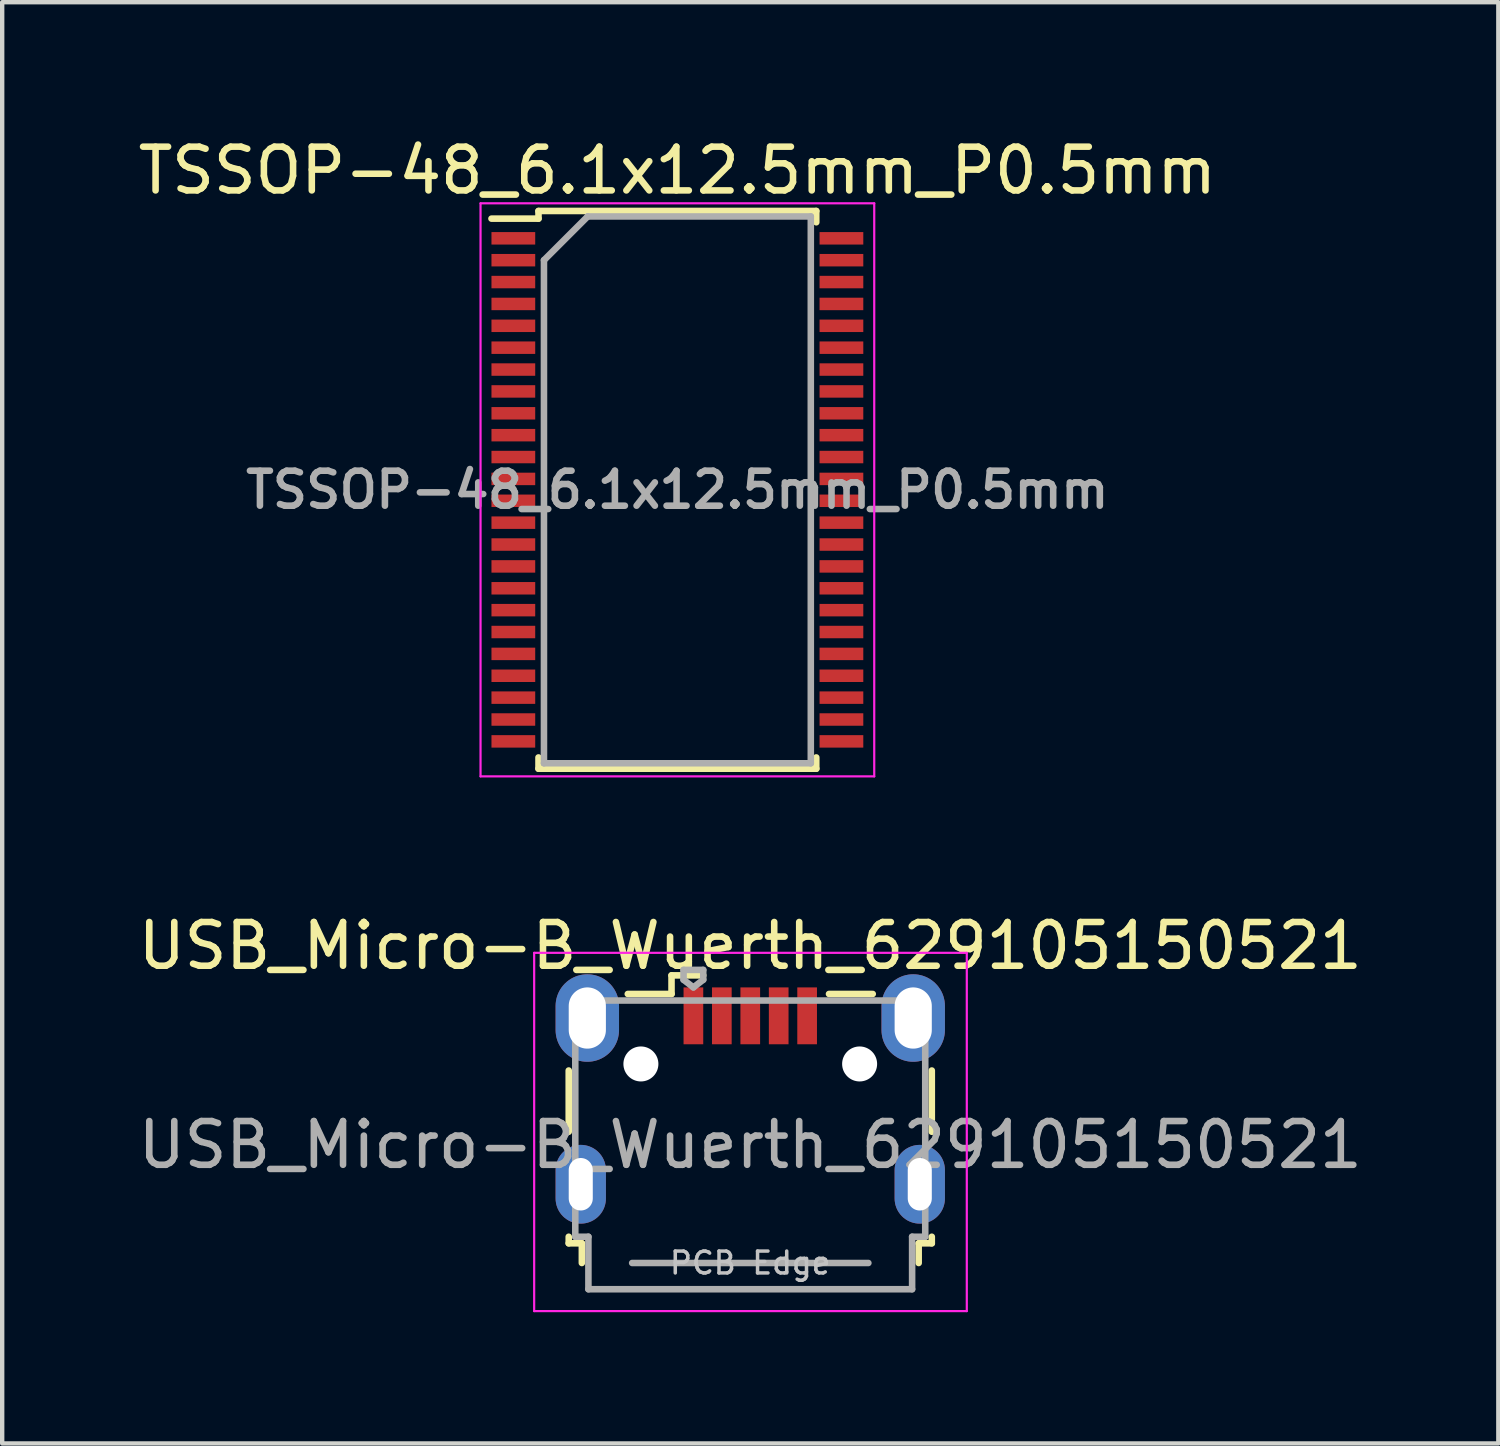
<source format=kicad_pcb>
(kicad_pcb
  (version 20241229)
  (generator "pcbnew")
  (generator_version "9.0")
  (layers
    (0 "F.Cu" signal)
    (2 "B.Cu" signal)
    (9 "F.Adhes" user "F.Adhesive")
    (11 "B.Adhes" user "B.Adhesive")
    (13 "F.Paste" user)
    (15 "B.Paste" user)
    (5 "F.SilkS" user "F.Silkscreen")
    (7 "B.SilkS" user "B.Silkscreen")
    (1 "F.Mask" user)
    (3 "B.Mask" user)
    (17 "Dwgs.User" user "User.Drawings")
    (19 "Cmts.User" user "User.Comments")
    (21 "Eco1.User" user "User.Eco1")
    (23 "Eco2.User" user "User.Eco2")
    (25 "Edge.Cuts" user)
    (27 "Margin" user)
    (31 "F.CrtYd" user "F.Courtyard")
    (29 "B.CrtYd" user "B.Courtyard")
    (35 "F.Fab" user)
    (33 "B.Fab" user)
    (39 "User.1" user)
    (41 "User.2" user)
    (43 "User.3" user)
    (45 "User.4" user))
  (footprint "TSSOP-48_6.1x12.5mm_P0.5mm"
    (layer "F.Cu")
    (at 12.435 8.148)
    (property "Reference" "TSSOP-48_6.1x12.5mm_P0.5mm" (at 0 -7.3 0) (layer "F.SilkS") (effects (font (size 1 1) (thickness 0.15))))
    (attr smd)
    (fp_line (start -3.175 -6.375) (end -3.175 -6.2) (stroke (width 0.15) (type solid)) (layer "F.SilkS"))
    (fp_line (start -3.175 -6.375) (end 3.175 -6.375) (stroke (width 0.15) (type solid)) (layer "F.SilkS"))
    (fp_line (start -3.175 -6.2) (end -4.25 -6.2) (stroke (width 0.15) (type solid)) (layer "F.SilkS"))
    (fp_line (start -3.175 6.375) (end -3.175 6.117) (stroke (width 0.15) (type solid)) (layer "F.SilkS"))
    (fp_line (start -3.175 6.375) (end 3.175 6.375) (stroke (width 0.15) (type solid)) (layer "F.SilkS"))
    (fp_line (start 3.175 -6.375) (end 3.175 -6.117) (stroke (width 0.15) (type solid)) (layer "F.SilkS"))
    (fp_line (start 3.175 6.375) (end 3.175 6.117) (stroke (width 0.15) (type solid)) (layer "F.SilkS"))
    (fp_line (start -4.5 -6.55) (end -4.5 6.55) (stroke (width 0.05) (type solid)) (layer "F.CrtYd"))
    (fp_line (start -4.5 -6.55) (end 4.5 -6.55) (stroke (width 0.05) (type solid)) (layer "F.CrtYd"))
    (fp_line (start -4.5 6.55) (end 4.5 6.55) (stroke (width 0.05) (type solid)) (layer "F.CrtYd"))
    (fp_line (start 4.5 -6.55) (end 4.5 6.55) (stroke (width 0.05) (type solid)) (layer "F.CrtYd"))
    (fp_line (start -3.05 -5.25) (end -2.05 -6.25) (stroke (width 0.15) (type solid)) (layer "F.Fab"))
    (fp_line (start -3.05 6.25) (end -3.05 -5.25) (stroke (width 0.15) (type solid)) (layer "F.Fab"))
    (fp_line (start -2.05 -6.25) (end 3.05 -6.25) (stroke (width 0.15) (type solid)) (layer "F.Fab"))
    (fp_line (start 3.05 -6.25) (end 3.05 6.25) (stroke (width 0.15) (type solid)) (layer "F.Fab"))
    (fp_line (start 3.05 6.25) (end -3.05 6.25) (stroke (width 0.15) (type solid)) (layer "F.Fab"))
    (fp_text user "${REFERENCE}" (at 0 0 0) (layer "F.Fab") (effects (font (size 0.8 0.8) (thickness 0.15))))
    (pad "1" smd rect (at -3.75 -5.75) (size 1 0.285) (layers "F.Cu" "F.Mask" "F.Paste"))
    (pad "2" smd rect (at -3.75 -5.25) (size 1 0.285) (layers "F.Cu" "F.Mask" "F.Paste"))
    (pad "3" smd rect (at -3.75 -4.75) (size 1 0.285) (layers "F.Cu" "F.Mask" "F.Paste"))
    (pad "4" smd rect (at -3.75 -4.25) (size 1 0.285) (layers "F.Cu" "F.Mask" "F.Paste"))
    (pad "5" smd rect (at -3.75 -3.75) (size 1 0.285) (layers "F.Cu" "F.Mask" "F.Paste"))
    (pad "6" smd rect (at -3.75 -3.25) (size 1 0.285) (layers "F.Cu" "F.Mask" "F.Paste"))
    (pad "7" smd rect (at -3.75 -2.75) (size 1 0.285) (layers "F.Cu" "F.Mask" "F.Paste"))
    (pad "8" smd rect (at -3.75 -2.25) (size 1 0.285) (layers "F.Cu" "F.Mask" "F.Paste"))
    (pad "9" smd rect (at -3.75 -1.75) (size 1 0.285) (layers "F.Cu" "F.Mask" "F.Paste"))
    (pad "10" smd rect (at -3.75 -1.25) (size 1 0.285) (layers "F.Cu" "F.Mask" "F.Paste"))
    (pad "11" smd rect (at -3.75 -0.75) (size 1 0.285) (layers "F.Cu" "F.Mask" "F.Paste"))
    (pad "12" smd rect (at -3.75 -0.25) (size 1 0.285) (layers "F.Cu" "F.Mask" "F.Paste"))
    (pad "13" smd rect (at -3.75 0.25) (size 1 0.285) (layers "F.Cu" "F.Mask" "F.Paste"))
    (pad "14" smd rect (at -3.75 0.75) (size 1 0.285) (layers "F.Cu" "F.Mask" "F.Paste"))
    (pad "15" smd rect (at -3.75 1.25) (size 1 0.285) (layers "F.Cu" "F.Mask" "F.Paste"))
    (pad "16" smd rect (at -3.75 1.75) (size 1 0.285) (layers "F.Cu" "F.Mask" "F.Paste"))
    (pad "17" smd rect (at -3.75 2.25) (size 1 0.285) (layers "F.Cu" "F.Mask" "F.Paste"))
    (pad "18" smd rect (at -3.75 2.75) (size 1 0.285) (layers "F.Cu" "F.Mask" "F.Paste"))
    (pad "19" smd rect (at -3.75 3.25) (size 1 0.285) (layers "F.Cu" "F.Mask" "F.Paste"))
    (pad "20" smd rect (at -3.75 3.75) (size 1 0.285) (layers "F.Cu" "F.Mask" "F.Paste"))
    (pad "21" smd rect (at -3.75 4.25) (size 1 0.285) (layers "F.Cu" "F.Mask" "F.Paste"))
    (pad "22" smd rect (at -3.75 4.75) (size 1 0.285) (layers "F.Cu" "F.Mask" "F.Paste"))
    (pad "23" smd rect (at -3.75 5.25) (size 1 0.285) (layers "F.Cu" "F.Mask" "F.Paste"))
    (pad "24" smd rect (at -3.75 5.75) (size 1 0.285) (layers "F.Cu" "F.Mask" "F.Paste"))
    (pad "25" smd rect (at 3.75 5.75) (size 1 0.285) (layers "F.Cu" "F.Mask" "F.Paste"))
    (pad "26" smd rect (at 3.75 5.25) (size 1 0.285) (layers "F.Cu" "F.Mask" "F.Paste"))
    (pad "27" smd rect (at 3.75 4.75) (size 1 0.285) (layers "F.Cu" "F.Mask" "F.Paste"))
    (pad "28" smd rect (at 3.75 4.25) (size 1 0.285) (layers "F.Cu" "F.Mask" "F.Paste"))
    (pad "29" smd rect (at 3.75 3.75) (size 1 0.285) (layers "F.Cu" "F.Mask" "F.Paste"))
    (pad "30" smd rect (at 3.75 3.25) (size 1 0.285) (layers "F.Cu" "F.Mask" "F.Paste"))
    (pad "31" smd rect (at 3.75 2.75) (size 1 0.285) (layers "F.Cu" "F.Mask" "F.Paste"))
    (pad "32" smd rect (at 3.75 2.25) (size 1 0.285) (layers "F.Cu" "F.Mask" "F.Paste"))
    (pad "33" smd rect (at 3.75 1.75) (size 1 0.285) (layers "F.Cu" "F.Mask" "F.Paste"))
    (pad "34" smd rect (at 3.75 1.25) (size 1 0.285) (layers "F.Cu" "F.Mask" "F.Paste"))
    (pad "35" smd rect (at 3.75 0.75) (size 1 0.285) (layers "F.Cu" "F.Mask" "F.Paste"))
    (pad "36" smd rect (at 3.75 0.25) (size 1 0.285) (layers "F.Cu" "F.Mask" "F.Paste"))
    (pad "37" smd rect (at 3.75 -0.25) (size 1 0.285) (layers "F.Cu" "F.Mask" "F.Paste"))
    (pad "38" smd rect (at 3.75 -0.75) (size 1 0.285) (layers "F.Cu" "F.Mask" "F.Paste"))
    (pad "39" smd rect (at 3.75 -1.25) (size 1 0.285) (layers "F.Cu" "F.Mask" "F.Paste"))
    (pad "40" smd rect (at 3.75 -1.75) (size 1 0.285) (layers "F.Cu" "F.Mask" "F.Paste"))
    (pad "41" smd rect (at 3.75 -2.25) (size 1 0.285) (layers "F.Cu" "F.Mask" "F.Paste"))
    (pad "42" smd rect (at 3.75 -2.75) (size 1 0.285) (layers "F.Cu" "F.Mask" "F.Paste"))
    (pad "43" smd rect (at 3.75 -3.25) (size 1 0.285) (layers "F.Cu" "F.Mask" "F.Paste"))
    (pad "44" smd rect (at 3.75 -3.75) (size 1 0.285) (layers "F.Cu" "F.Mask" "F.Paste"))
    (pad "45" smd rect (at 3.75 -4.25) (size 1 0.285) (layers "F.Cu" "F.Mask" "F.Paste"))
    (pad "46" smd rect (at 3.75 -4.75) (size 1 0.285) (layers "F.Cu" "F.Mask" "F.Paste"))
    (pad "47" smd rect (at 3.75 -5.25) (size 1 0.285) (layers "F.Cu" "F.Mask" "F.Paste"))
    (pad "48" smd rect (at 3.75 -5.75) (size 1 0.285) (layers "F.Cu" "F.Mask" "F.Paste")))
  (footprint "USB_Micro-B_Wuerth_629105150521"
    (layer "F.Cu")
    (at 14.101 22.072)
    (property "Reference" "USB_Micro-B_Wuerth_629105150521" (at 0 -3.5 0) (layer "F.SilkS") (effects (font (size 1 1) (thickness 0.15))))
    (attr smd)
    (fp_line (start -4.15 -0.65) (end -4.15 0.75) (stroke (width 0.15) (type solid)) (layer "F.SilkS"))
    (fp_line (start -4.15 3.15) (end -4.15 3.3) (stroke (width 0.15) (type solid)) (layer "F.SilkS"))
    (fp_line (start -4.15 3.3) (end -3.85 3.3) (stroke (width 0.15) (type solid)) (layer "F.SilkS"))
    (fp_line (start -3.85 3.3) (end -3.85 3.75) (stroke (width 0.15) (type solid)) (layer "F.SilkS"))
    (fp_line (start -1.8 -2.825) (end -1.8 -2.4) (stroke (width 0.15) (type solid)) (layer "F.SilkS"))
    (fp_line (start -1.8 -2.4) (end -2.8 -2.4) (stroke (width 0.15) (type solid)) (layer "F.SilkS"))
    (fp_line (start -1.075 -2.825) (end -1.8 -2.825) (stroke (width 0.15) (type solid)) (layer "F.SilkS"))
    (fp_line (start 1.8 -2.4) (end 2.8 -2.4) (stroke (width 0.15) (type solid)) (layer "F.SilkS"))
    (fp_line (start 3.85 3.3) (end 4.15 3.3) (stroke (width 0.15) (type solid)) (layer "F.SilkS"))
    (fp_line (start 3.85 3.75) (end 3.85 3.3) (stroke (width 0.15) (type solid)) (layer "F.SilkS"))
    (fp_line (start 4.15 0.75) (end 4.15 -0.65) (stroke (width 0.15) (type solid)) (layer "F.SilkS"))
    (fp_line (start 4.15 3.3) (end 4.15 3.15) (stroke (width 0.15) (type solid)) (layer "F.SilkS"))
    (fp_line (start -4.94 -3.34) (end -4.94 4.85) (stroke (width 0.05) (type solid)) (layer "F.CrtYd"))
    (fp_line (start -4.94 4.85) (end 4.95 4.85) (stroke (width 0.05) (type solid)) (layer "F.CrtYd"))
    (fp_line (start 4.95 -3.34) (end -4.94 -3.34) (stroke (width 0.05) (type solid)) (layer "F.CrtYd"))
    (fp_line (start 4.95 4.85) (end 4.95 -3.34) (stroke (width 0.05) (type solid)) (layer "F.CrtYd"))
    (fp_line (start -4 -2.25) (end -4 3.15) (stroke (width 0.15) (type solid)) (layer "F.Fab"))
    (fp_line (start -4 3.15) (end -3.7 3.15) (stroke (width 0.15) (type solid)) (layer "F.Fab"))
    (fp_line (start -3.7 3.15) (end -3.7 4.35) (stroke (width 0.15) (type solid)) (layer "F.Fab"))
    (fp_line (start -3.7 4.35) (end 3.7 4.35) (stroke (width 0.15) (type solid)) (layer "F.Fab"))
    (fp_line (start -2.7 3.75) (end 2.7 3.75) (stroke (width 0.15) (type solid)) (layer "F.Fab"))
    (fp_line (start -1.525 -2.95) (end -1.075 -2.95) (stroke (width 0.15) (type solid)) (layer "F.Fab"))
    (fp_line (start -1.525 -2.725) (end -1.525 -2.95) (stroke (width 0.15) (type solid)) (layer "F.Fab"))
    (fp_line (start -1.3 -2.55) (end -1.525 -2.725) (stroke (width 0.15) (type solid)) (layer "F.Fab"))
    (fp_line (start -1.075 -2.95) (end -1.075 -2.725) (stroke (width 0.15) (type solid)) (layer "F.Fab"))
    (fp_line (start -1.075 -2.725) (end -1.3 -2.55) (stroke (width 0.15) (type solid)) (layer "F.Fab"))
    (fp_line (start 3.7 3.15) (end 4 3.15) (stroke (width 0.15) (type solid)) (layer "F.Fab"))
    (fp_line (start 3.7 4.35) (end 3.7 3.15) (stroke (width 0.15) (type solid)) (layer "F.Fab"))
    (fp_line (start 4 -2.25) (end -4 -2.25) (stroke (width 0.15) (type solid)) (layer "F.Fab"))
    (fp_line (start 4 3.15) (end 4 -2.25) (stroke (width 0.15) (type solid)) (layer "F.Fab"))
    (fp_text user "PCB Edge" (at 0 3.75 0) (layer "Dwgs.User") (effects (font (size 0.5 0.5) (thickness 0.08))))
    (fp_text user "${REFERENCE}" (at 0 1.05 0) (layer "F.Fab") (effects (font (size 1 1) (thickness 0.15))))
    (pad "" np_thru_hole oval (at -2.5 -0.8) (size 0.8 0.8) (drill 0.8) (layers "*.Cu" "*.Mask"))
    (pad "" np_thru_hole oval (at 2.5 -0.8) (size 0.8 0.8) (drill 0.8) (layers "*.Cu" "*.Mask"))
    (pad "1" smd rect (at -1.3 -1.9) (size 0.45 1.3) (layers "F.Cu" "F.Mask" "F.Paste"))
    (pad "2" smd rect (at -0.65 -1.9) (size 0.45 1.3) (layers "F.Cu" "F.Mask" "F.Paste"))
    (pad "3" smd rect (at 0 -1.9) (size 0.45 1.3) (layers "F.Cu" "F.Mask" "F.Paste"))
    (pad "4" smd rect (at 0.65 -1.9) (size 0.45 1.3) (layers "F.Cu" "F.Mask" "F.Paste"))
    (pad "5" smd rect (at 1.3 -1.9) (size 0.45 1.3) (layers "F.Cu" "F.Mask" "F.Paste"))
    (pad "6" thru_hole oval (at -3.875 1.95) (size 1.15 1.8) (drill oval 0.55 1.2) (layers "*.Cu" "*.Mask"))
    (pad "6" thru_hole oval (at -3.725 -1.85) (size 1.45 2) (drill oval 0.85 1.4) (layers "*.Cu" "*.Mask"))
    (pad "6" thru_hole oval (at 3.725 -1.85) (size 1.45 2) (drill oval 0.85 1.4) (layers "*.Cu" "*.Mask"))
    (pad "6" thru_hole oval (at 3.875 1.95) (size 1.15 1.8) (drill oval 0.55 1.2) (layers "*.Cu" "*.Mask")))
  (gr_rect
    (start -3 -3)
    (end 31.202 29.947)
    (stroke (width 0.1) (type default))
    (fill no)
    (layer "Edge.Cuts")))
</source>
